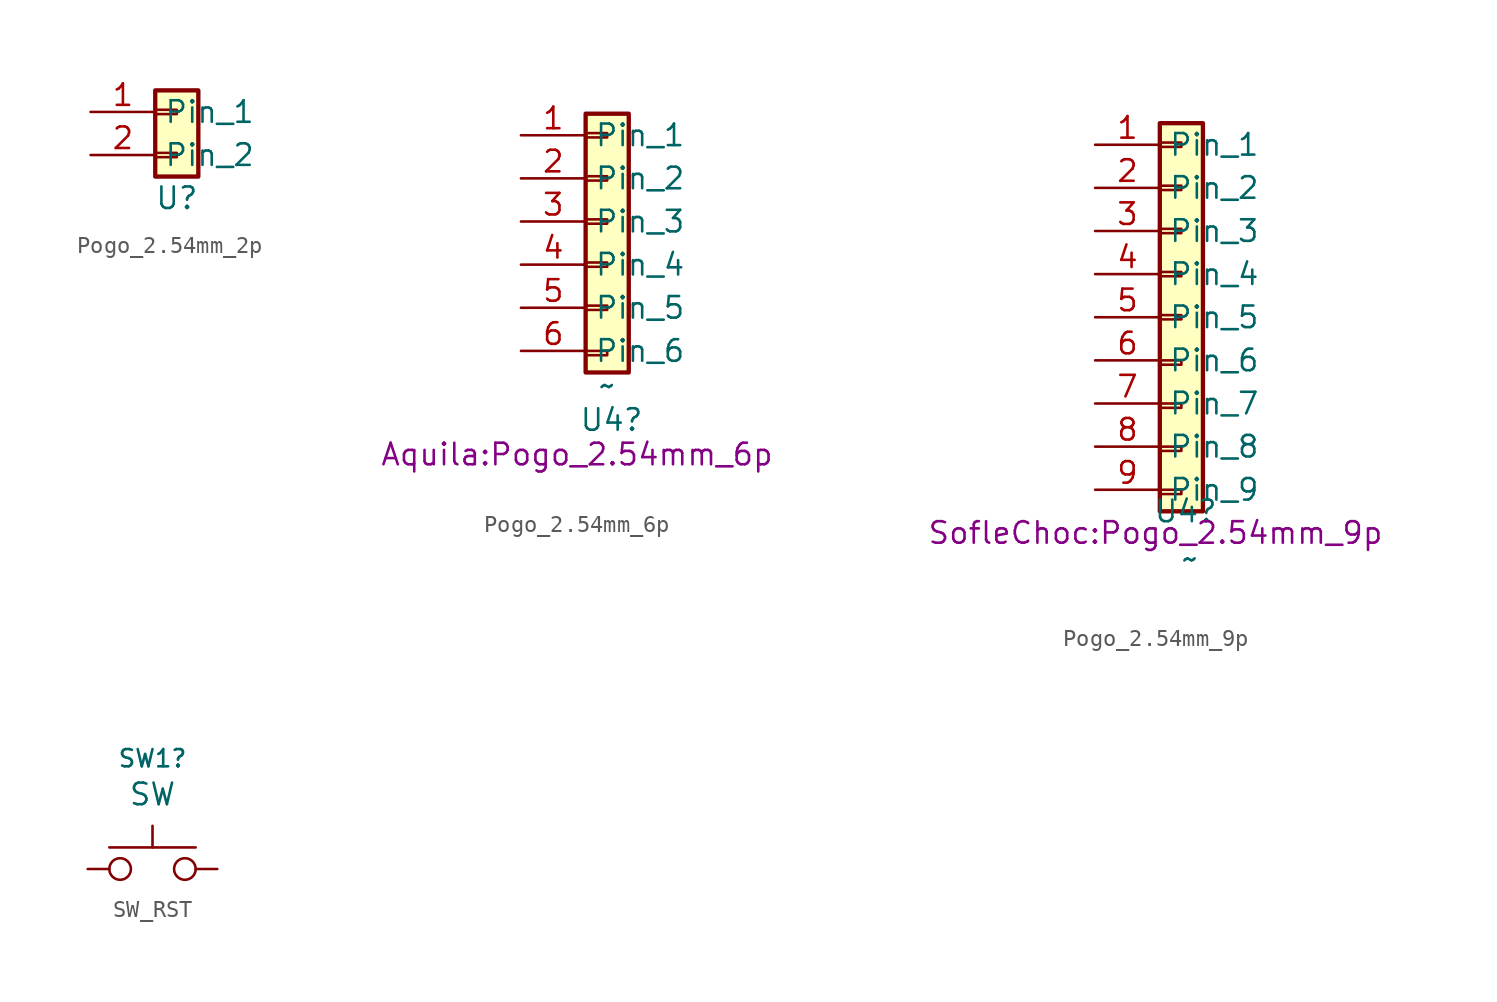
<source format=kicad_sym>
(kicad_symbol_lib
  (version 20241209)
  (generator "kicad_symbol_editor")
  (generator_version "9.0")
  (symbol "Pogo_2.54mm_2p"
    (property "Reference" "U"
      (at 0 0 0)
      (effects (font (size 1.27 1.27))))
    (property "Value" ""
      (at 0 0 0)
      (effects (font (size 1.27 1.27))))
    (symbol "Pogo_2.54mm_2p_1_1"
      (rectangle (start -1.27 6.35) (end 1.27 1.27) (stroke (width 0.254) (type default)) (fill (type background)))
      (rectangle (start -1.27 5.207) (end 0 4.953) (stroke (width 0.152) (type default)) (fill (type none)))
      (rectangle (start -1.27 2.667) (end 0 2.413) (stroke (width 0.152) (type default)) (fill (type none)))
      (pin passive line (at -5.08 5.08 0) (length 3.81) (name "Pin_1" (effects (font (size 1.27 1.27)))) (number "1" (effects (font (size 1.27 1.27)))))
      (pin passive line (at -5.08 2.54 0) (length 3.81) (name "Pin_2" (effects (font (size 1.27 1.27)))) (number "2" (effects (font (size 1.27 1.27)))))))
  (symbol "Pogo_2.54mm_6p"
    (property "Reference" "U4"
      (at 2.794 -11.684 0)
      (effects (font (size 1.27 1.27))))
    (property "Value" "~"
      (at 2.54 -9.652 0)
      (effects (font (size 1.27 1.27))))
    (property "Footprint" "Aquila:Pogo_2.54mm_6p"
      (at 0.762 -13.716 0)
      (effects (font (size 1.27 1.27))))
    (symbol "Pogo_2.54mm_6p_1_1"
      (rectangle (start 1.27 6.35) (end 3.81 -8.89) (stroke (width 0.254) (type default)) (fill (type background)))
      (rectangle (start 1.27 5.207) (end 2.54 4.953) (stroke (width 0.152) (type default)) (fill (type none)))
      (rectangle (start 1.27 2.667) (end 2.54 2.413) (stroke (width 0.152) (type default)) (fill (type none)))
      (rectangle (start 1.27 0.127) (end 2.54 -0.127) (stroke (width 0.152) (type default)) (fill (type none)))
      (rectangle (start 1.27 -2.413) (end 2.54 -2.667) (stroke (width 0.152) (type default)) (fill (type none)))
      (rectangle (start 1.27 -4.953) (end 2.54 -5.207) (stroke (width 0.152) (type default)) (fill (type none)))
      (rectangle (start 1.27 -7.62) (end 2.54 -7.874) (stroke (width 0.152) (type default)) (fill (type none)))
      (pin passive line (at -2.54 5.08 0) (length 3.81) (name "Pin_1" (effects (font (size 1.27 1.27)))) (number "1" (effects (font (size 1.27 1.27)))))
      (pin passive line (at -2.54 2.54 0) (length 3.81) (name "Pin_2" (effects (font (size 1.27 1.27)))) (number "2" (effects (font (size 1.27 1.27)))))
      (pin passive line (at -2.54 0 0) (length 3.81) (name "Pin_3" (effects (font (size 1.27 1.27)))) (number "3" (effects (font (size 1.27 1.27)))))
      (pin passive line (at -2.54 -2.54 0) (length 3.81) (name "Pin_4" (effects (font (size 1.27 1.27)))) (number "4" (effects (font (size 1.27 1.27)))))
      (pin passive line (at -2.54 -5.08 0) (length 3.81) (name "Pin_5" (effects (font (size 1.27 1.27)))) (number "5" (effects (font (size 1.27 1.27)))))
      (pin passive line (at -2.54 -7.62 0) (length 3.81) (name "Pin_6" (effects (font (size 1.27 1.27)))) (number "6" (effects (font (size 1.27 1.27)))))))
  (symbol "Pogo_2.54mm_9p"
    (property "Reference" "U4"
      (at 2.794 -16.51 0)
      (effects (font (size 1.27 1.27))))
    (property "Value" "~"
      (at 3.048 -19.304 0)
      (effects (font (size 1.27 1.27))))
    (property "Footprint" "SofleChoc:Pogo_2.54mm_9p"
      (at 1.016 -17.78 0)
      (effects (font (size 1.27 1.27))))
    (symbol "Pogo_2.54mm_9p_1_1"
      (rectangle (start 1.27 6.35) (end 3.81 -16.51) (stroke (width 0.254) (type default)) (fill (type background)))
      (rectangle (start 1.27 5.207) (end 2.54 4.953) (stroke (width 0.152) (type default)) (fill (type none)))
      (rectangle (start 1.27 2.667) (end 2.54 2.413) (stroke (width 0.152) (type default)) (fill (type none)))
      (rectangle (start 1.27 0.127) (end 2.54 -0.127) (stroke (width 0.152) (type default)) (fill (type none)))
      (rectangle (start 1.27 -2.413) (end 2.54 -2.667) (stroke (width 0.152) (type default)) (fill (type none)))
      (rectangle (start 1.27 -4.953) (end 2.54 -5.207) (stroke (width 0.152) (type default)) (fill (type none)))
      (rectangle (start 1.27 -7.62) (end 2.54 -7.874) (stroke (width 0.152) (type default)) (fill (type none)))
      (rectangle (start 1.27 -10.16) (end 2.54 -10.414) (stroke (width 0.152) (type default)) (fill (type none)))
      (rectangle (start 1.27 -12.7) (end 2.54 -12.954) (stroke (width 0.152) (type default)) (fill (type none)))
      (rectangle (start 1.27 -15.24) (end 2.54 -15.494) (stroke (width 0.152) (type default)) (fill (type none)))
      (pin passive line (at -2.54 5.08 0) (length 3.81) (name "Pin_1" (effects (font (size 1.27 1.27)))) (number "1" (effects (font (size 1.27 1.27)))))
      (pin passive line (at -2.54 2.54 0) (length 3.81) (name "Pin_2" (effects (font (size 1.27 1.27)))) (number "2" (effects (font (size 1.27 1.27)))))
      (pin passive line (at -2.54 0 0) (length 3.81) (name "Pin_3" (effects (font (size 1.27 1.27)))) (number "3" (effects (font (size 1.27 1.27)))))
      (pin passive line (at -2.54 -2.54 0) (length 3.81) (name "Pin_4" (effects (font (size 1.27 1.27)))) (number "4" (effects (font (size 1.27 1.27)))))
      (pin passive line (at -2.54 -5.08 0) (length 3.81) (name "Pin_5" (effects (font (size 1.27 1.27)))) (number "5" (effects (font (size 1.27 1.27)))))
      (pin passive line (at -2.54 -7.62 0) (length 3.81) (name "Pin_6" (effects (font (size 1.27 1.27)))) (number "6" (effects (font (size 1.27 1.27)))))
      (pin passive line (at -2.54 -10.16 0) (length 3.81) (name "Pin_7" (effects (font (size 1.27 1.27)))) (number "7" (effects (font (size 1.27 1.27)))))
      (pin passive line (at -2.54 -12.7 0) (length 3.81) (name "Pin_8" (effects (font (size 1.27 1.27)))) (number "8" (effects (font (size 1.27 1.27)))))
      (pin passive line (at -2.54 -15.24 0) (length 3.81) (name "Pin_9" (effects (font (size 1.27 1.27)))) (number "9" (effects (font (size 1.27 1.27)))))))
  (symbol "SW_RST"
    (pin_numbers
      (hide yes))
    (pin_names
      (offset 1.016)
      (hide yes))
    (property "Reference" "SW1"
      (at 0 6.502 0)
      (effects (font (size 1.016 1.016))))
    (property "Value" "SW"
      (at 0 4.394 0)
      (effects (font (size 1.27 1.27))))
    (symbol "SW_RST_0_1"
      (polyline (pts (xy -2.54 1.27) (xy 2.54 1.27)) (stroke (width 0) (type default)) (fill (type none)))
      (polyline (pts (xy 0 2.54) (xy 0 1.27)) (stroke (width 0) (type default)) (fill (type none)))
      (pin passive inverted (at -3.81 0 0) (length 2.54) (name "1" (effects (font (size 1.27 1.27)))) (number "1" (effects (font (size 1.27 1.27)))))
      (pin passive inverted (at 3.81 0 180) (length 2.54) (name "2" (effects (font (size 1.27 1.27)))) (number "2" (effects (font (size 1.27 1.27))))))))
</source>
